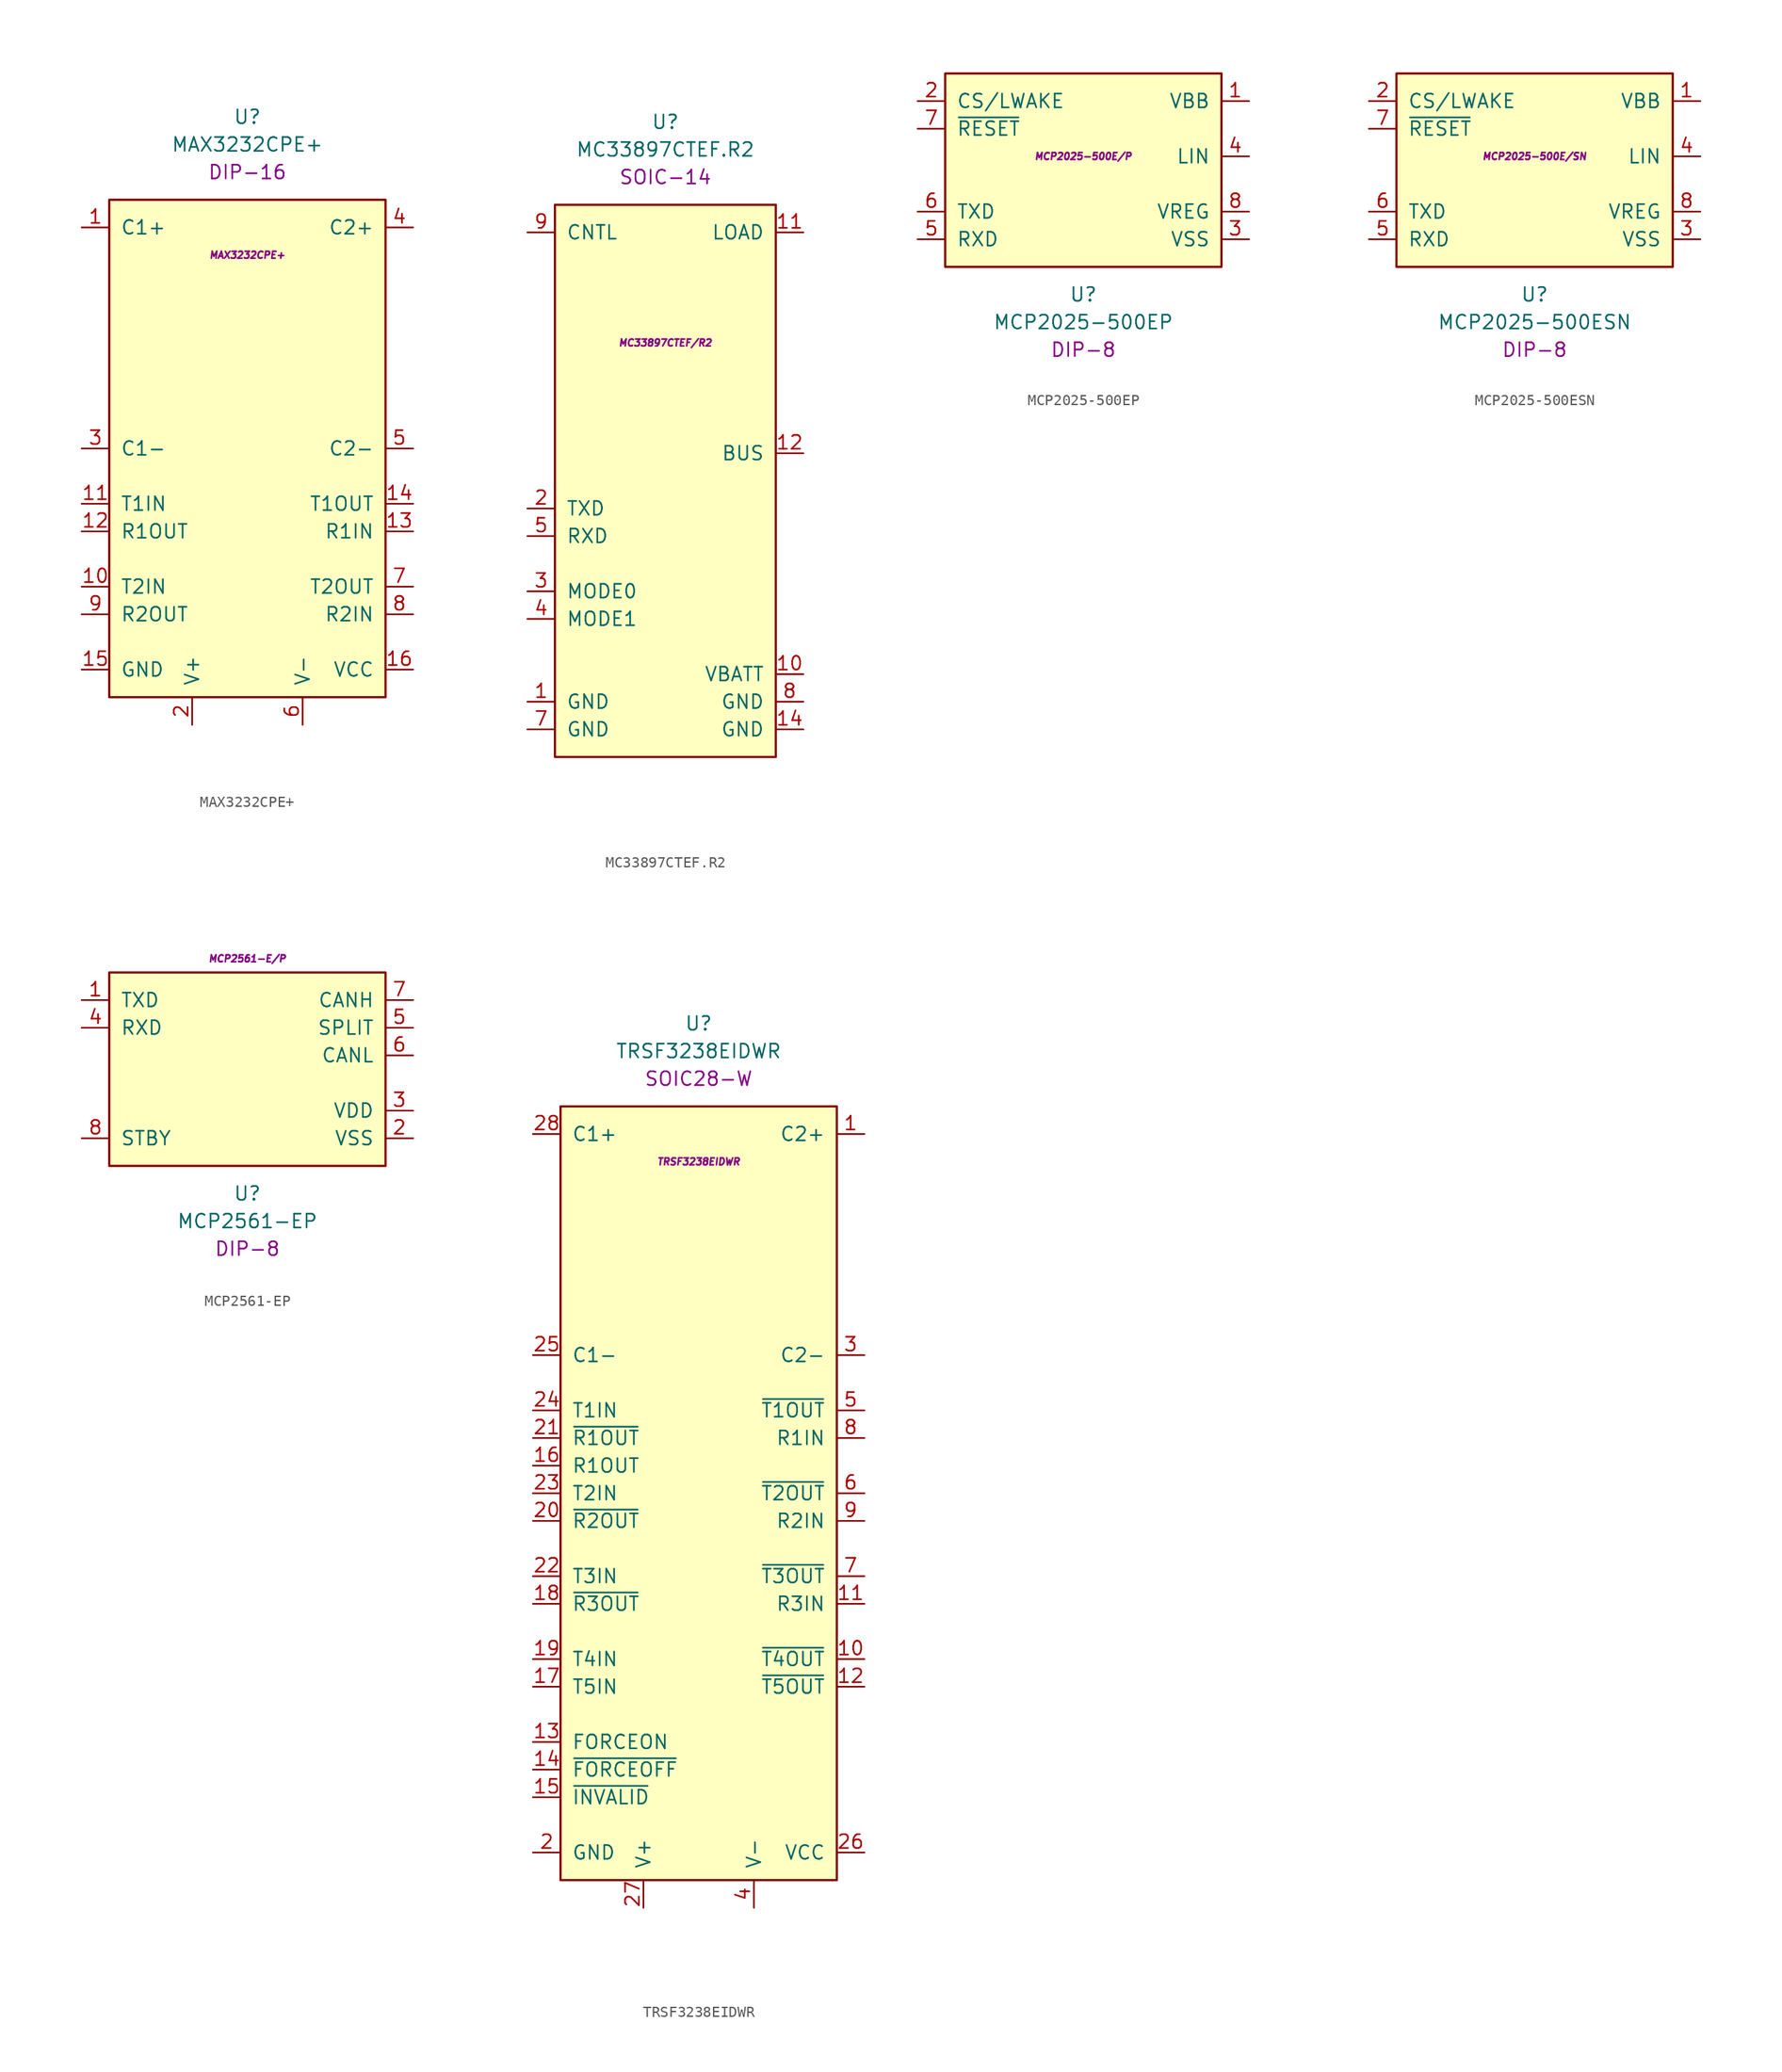
<source format=kicad_sym>
(kicad_symbol_lib
  (version 20211014)
  (generator kicad_symbol_editor)
  (symbol "MAX3232CPE+"
    (pin_names
      (offset 1.016))
    (property "Reference" "U"
      (at 0 30.48 0)
      (effects (font (size 1.27 1.27))))
    (property "Value" "MAX3232CPE+"
      (at 0 27.94 0)
      (effects (font (size 1.27 1.27))))
    (property "Package" "DIP-16"
      (at 0 25.4 0)
      (effects (font (size 1.27 1.27))))
    (property "MPN" "MAX3232CPE+"
      (at 0 17.78 0)
      (effects (font (size 0.635 0.635) italic)))
    (symbol "MAX3232CPE+_0_1"
      (rectangle (start -12.7 22.86) (end 12.7 -22.86) (stroke (width 0.203) (type default) (color 0 0 0 0)) (fill (type background))))
    (symbol "MAX3232CPE+_1_1"
      (pin passive line (at -15.24 20.32 0) (length 2.54) (name "C1+" (effects (font (size 1.27 1.27)))) (number "1" (effects (font (size 1.27 1.27)))))
      (pin input line (at -15.24 -12.7 0) (length 2.54) (name "T2IN" (effects (font (size 1.27 1.27)))) (number "10" (effects (font (size 1.27 1.27)))))
      (pin input line (at -15.24 -5.08 0) (length 2.54) (name "T1IN" (effects (font (size 1.27 1.27)))) (number "11" (effects (font (size 1.27 1.27)))))
      (pin output line (at -15.24 -7.62 0) (length 2.54) (name "R1OUT" (effects (font (size 1.27 1.27)))) (number "12" (effects (font (size 1.27 1.27)))))
      (pin input line (at 15.24 -7.62 180) (length 2.54) (name "R1IN" (effects (font (size 1.27 1.27)))) (number "13" (effects (font (size 1.27 1.27)))))
      (pin output line (at 15.24 -5.08 180) (length 2.54) (name "T1OUT" (effects (font (size 1.27 1.27)))) (number "14" (effects (font (size 1.27 1.27)))))
      (pin power_in line (at -15.24 -20.32 0) (length 2.54) (name "GND" (effects (font (size 1.27 1.27)))) (number "15" (effects (font (size 1.27 1.27)))))
      (pin power_in line (at 15.24 -20.32 180) (length 2.54) (name "VCC" (effects (font (size 1.27 1.27)))) (number "16" (effects (font (size 1.27 1.27)))))
      (pin passive line (at -5.08 -25.4 90) (length 2.54) (name "V+" (effects (font (size 1.27 1.27)))) (number "2" (effects (font (size 1.27 1.27)))))
      (pin passive line (at -15.24 0 0) (length 2.54) (name "C1-" (effects (font (size 1.27 1.27)))) (number "3" (effects (font (size 1.27 1.27)))))
      (pin passive line (at 15.24 20.32 180) (length 2.54) (name "C2+" (effects (font (size 1.27 1.27)))) (number "4" (effects (font (size 1.27 1.27)))))
      (pin passive line (at 15.24 0 180) (length 2.54) (name "C2-" (effects (font (size 1.27 1.27)))) (number "5" (effects (font (size 1.27 1.27)))))
      (pin passive line (at 5.08 -25.4 90) (length 2.54) (name "V-" (effects (font (size 1.27 1.27)))) (number "6" (effects (font (size 1.27 1.27)))))
      (pin output line (at 15.24 -12.7 180) (length 2.54) (name "T2OUT" (effects (font (size 1.27 1.27)))) (number "7" (effects (font (size 1.27 1.27)))))
      (pin input line (at 15.24 -15.24 180) (length 2.54) (name "R2IN" (effects (font (size 1.27 1.27)))) (number "8" (effects (font (size 1.27 1.27)))))
      (pin output line (at -15.24 -15.24 0) (length 2.54) (name "R2OUT" (effects (font (size 1.27 1.27)))) (number "9" (effects (font (size 1.27 1.27)))))))
  (symbol "MC33897CTEF.R2"
    (pin_names
      (offset 1.016))
    (property "Reference" "U"
      (at 0 33.02 0)
      (effects (font (size 1.27 1.27))))
    (property "Value" "MC33897CTEF.R2"
      (at 0 30.48 0)
      (effects (font (size 1.27 1.27))))
    (property "Package" "SOIC-14"
      (at 0 27.94 0)
      (effects (font (size 1.27 1.27))))
    (property "MPN" "MC33897CTEF/R2"
      (at 0 12.7 0)
      (effects (font (size 0.635 0.635) italic)))
    (symbol "MC33897CTEF.R2_0_1"
      (rectangle (start -10.16 25.4) (end 10.16 -25.4) (stroke (width 0.203) (type default) (color 0 0 0 0)) (fill (type background))))
    (symbol "MC33897CTEF.R2_1_1"
      (pin power_in line (at -12.7 -20.32 0) (length 2.54) (name "GND" (effects (font (size 1.27 1.27)))) (number "1" (effects (font (size 1.27 1.27)))))
      (pin power_in line (at 12.7 -17.78 180) (length 2.54) (name "VBATT" (effects (font (size 1.27 1.27)))) (number "10" (effects (font (size 1.27 1.27)))))
      (pin passive line (at 12.7 22.86 180) (length 2.54) (name "LOAD" (effects (font (size 1.27 1.27)))) (number "11" (effects (font (size 1.27 1.27)))))
      (pin passive line (at 12.7 2.54 180) (length 2.54) (name "BUS" (effects (font (size 1.27 1.27)))) (number "12" (effects (font (size 1.27 1.27)))))
      (pin no_connect line (at 2.54 -27.94 90) (length 2.54) hide (name "NC" (effects (font (size 1.27 1.27)))) (number "13" (effects (font (size 1.27 1.27)))))
      (pin power_in line (at 12.7 -22.86 180) (length 2.54) (name "GND" (effects (font (size 1.27 1.27)))) (number "14" (effects (font (size 1.27 1.27)))))
      (pin input line (at -12.7 -2.54 0) (length 2.54) (name "TXD" (effects (font (size 1.27 1.27)))) (number "2" (effects (font (size 1.27 1.27)))))
      (pin input line (at -12.7 -10.16 0) (length 2.54) (name "MODE0" (effects (font (size 1.27 1.27)))) (number "3" (effects (font (size 1.27 1.27)))))
      (pin input line (at -12.7 -12.7 0) (length 2.54) (name "MODE1" (effects (font (size 1.27 1.27)))) (number "4" (effects (font (size 1.27 1.27)))))
      (pin open_collector line (at -12.7 -5.08 0) (length 2.54) (name "RXD" (effects (font (size 1.27 1.27)))) (number "5" (effects (font (size 1.27 1.27)))))
      (pin no_connect line (at -2.54 -27.94 90) (length 2.54) hide (name "NC" (effects (font (size 1.27 1.27)))) (number "6" (effects (font (size 1.27 1.27)))))
      (pin power_in line (at -12.7 -22.86 0) (length 2.54) (name "GND" (effects (font (size 1.27 1.27)))) (number "7" (effects (font (size 1.27 1.27)))))
      (pin power_in line (at 12.7 -20.32 180) (length 2.54) (name "GND" (effects (font (size 1.27 1.27)))) (number "8" (effects (font (size 1.27 1.27)))))
      (pin output line (at -12.7 22.86 0) (length 2.54) (name "CNTL" (effects (font (size 1.27 1.27)))) (number "9" (effects (font (size 1.27 1.27)))))))
  (symbol "MCP2025-500EP"
    (pin_names
      (offset 1.016))
    (property "Reference" "U"
      (at 0 -10.16 0)
      (effects (font (size 1.27 1.27))))
    (property "Value" "MCP2025-500EP"
      (at 0 -12.7 0)
      (effects (font (size 1.27 1.27))))
    (property "Package" "DIP-8"
      (at 0 -15.24 0)
      (effects (font (size 1.27 1.27))))
    (property "MPN" "MCP2025-500E/P"
      (at 0 2.54 0)
      (effects (font (size 0.635 0.635) italic)))
    (symbol "MCP2025-500EP_0_1"
      (rectangle (start -12.7 10.16) (end 12.7 -7.62) (stroke (width 0.203) (type default) (color 0 0 0 0)) (fill (type background))))
    (symbol "MCP2025-500EP_1_1"
      (pin power_in line (at 15.24 7.62 180) (length 2.54) (name "VBB" (effects (font (size 1.27 1.27)))) (number "1" (effects (font (size 1.27 1.27)))))
      (pin input line (at -15.24 7.62 0) (length 2.54) (name "CS/LWAKE" (effects (font (size 1.27 1.27)))) (number "2" (effects (font (size 1.27 1.27)))))
      (pin power_in line (at 15.24 -5.08 180) (length 2.54) (name "VSS" (effects (font (size 1.27 1.27)))) (number "3" (effects (font (size 1.27 1.27)))))
      (pin passive line (at 15.24 2.54 180) (length 2.54) (name "LIN" (effects (font (size 1.27 1.27)))) (number "4" (effects (font (size 1.27 1.27)))))
      (pin output line (at -15.24 -5.08 0) (length 2.54) (name "RXD" (effects (font (size 1.27 1.27)))) (number "5" (effects (font (size 1.27 1.27)))))
      (pin input line (at -15.24 -2.54 0) (length 2.54) (name "TXD" (effects (font (size 1.27 1.27)))) (number "6" (effects (font (size 1.27 1.27)))))
      (pin open_collector line (at -15.24 5.08 0) (length 2.54) (name "~{RESET}" (effects (font (size 1.27 1.27)))) (number "7" (effects (font (size 1.27 1.27)))))
      (pin power_out line (at 15.24 -2.54 180) (length 2.54) (name "VREG" (effects (font (size 1.27 1.27)))) (number "8" (effects (font (size 1.27 1.27)))))))
  (symbol "MCP2025-500ESN"
    (pin_names
      (offset 1.016))
    (property "Reference" "U"
      (at 0 -10.16 0)
      (effects (font (size 1.27 1.27))))
    (property "Value" "MCP2025-500ESN"
      (at 0 -12.7 0)
      (effects (font (size 1.27 1.27))))
    (property "Package" "DIP-8"
      (at 0 -15.24 0)
      (effects (font (size 1.27 1.27))))
    (property "MPN" "MCP2025-500E/SN"
      (at 0 2.54 0)
      (effects (font (size 0.635 0.635) italic)))
    (symbol "MCP2025-500ESN_0_1"
      (rectangle (start -12.7 10.16) (end 12.7 -7.62) (stroke (width 0.203) (type default) (color 0 0 0 0)) (fill (type background))))
    (symbol "MCP2025-500ESN_1_1"
      (pin power_in line (at 15.24 7.62 180) (length 2.54) (name "VBB" (effects (font (size 1.27 1.27)))) (number "1" (effects (font (size 1.27 1.27)))))
      (pin input line (at -15.24 7.62 0) (length 2.54) (name "CS/LWAKE" (effects (font (size 1.27 1.27)))) (number "2" (effects (font (size 1.27 1.27)))))
      (pin power_in line (at 15.24 -5.08 180) (length 2.54) (name "VSS" (effects (font (size 1.27 1.27)))) (number "3" (effects (font (size 1.27 1.27)))))
      (pin passive line (at 15.24 2.54 180) (length 2.54) (name "LIN" (effects (font (size 1.27 1.27)))) (number "4" (effects (font (size 1.27 1.27)))))
      (pin output line (at -15.24 -5.08 0) (length 2.54) (name "RXD" (effects (font (size 1.27 1.27)))) (number "5" (effects (font (size 1.27 1.27)))))
      (pin input line (at -15.24 -2.54 0) (length 2.54) (name "TXD" (effects (font (size 1.27 1.27)))) (number "6" (effects (font (size 1.27 1.27)))))
      (pin open_collector line (at -15.24 5.08 0) (length 2.54) (name "~{RESET}" (effects (font (size 1.27 1.27)))) (number "7" (effects (font (size 1.27 1.27)))))
      (pin power_out line (at 15.24 -2.54 180) (length 2.54) (name "VREG" (effects (font (size 1.27 1.27)))) (number "8" (effects (font (size 1.27 1.27)))))))
  (symbol "MCP2561-EP"
    (pin_names
      (offset 1.016))
    (property "Reference" "U"
      (at 0 -10.16 0)
      (effects (font (size 1.27 1.27))))
    (property "Value" "MCP2561-EP"
      (at 0 -12.7 0)
      (effects (font (size 1.27 1.27))))
    (property "Package" "DIP-8"
      (at 0 -15.24 0)
      (effects (font (size 1.27 1.27))))
    (property "MPN" "MCP2561-E/P"
      (at 0 11.43 0)
      (effects (font (size 0.635 0.635) italic)))
    (symbol "MCP2561-EP_0_1"
      (rectangle (start -12.7 10.16) (end 12.7 -7.62) (stroke (width 0.203) (type default) (color 0 0 0 0)) (fill (type background))))
    (symbol "MCP2561-EP_1_1"
      (pin input line (at -15.24 7.62 0) (length 2.54) (name "TXD" (effects (font (size 1.27 1.27)))) (number "1" (effects (font (size 1.27 1.27)))))
      (pin power_in line (at 15.24 -5.08 180) (length 2.54) (name "VSS" (effects (font (size 1.27 1.27)))) (number "2" (effects (font (size 1.27 1.27)))))
      (pin power_in line (at 15.24 -2.54 180) (length 2.54) (name "VDD" (effects (font (size 1.27 1.27)))) (number "3" (effects (font (size 1.27 1.27)))))
      (pin output line (at -15.24 5.08 0) (length 2.54) (name "RXD" (effects (font (size 1.27 1.27)))) (number "4" (effects (font (size 1.27 1.27)))))
      (pin passive line (at 15.24 5.08 180) (length 2.54) (name "SPLIT" (effects (font (size 1.27 1.27)))) (number "5" (effects (font (size 1.27 1.27)))))
      (pin open_collector line (at 15.24 2.54 180) (length 2.54) (name "CANL" (effects (font (size 1.27 1.27)))) (number "6" (effects (font (size 1.27 1.27)))))
      (pin open_emitter line (at 15.24 7.62 180) (length 2.54) (name "CANH" (effects (font (size 1.27 1.27)))) (number "7" (effects (font (size 1.27 1.27)))))
      (pin input line (at -15.24 -5.08 0) (length 2.54) (name "STBY" (effects (font (size 1.27 1.27)))) (number "8" (effects (font (size 1.27 1.27)))))))
  (symbol "TRSF3238EIDWR"
    (pin_names
      (offset 1.016))
    (property "Reference" "U"
      (at 0 43.18 0)
      (effects (font (size 1.27 1.27))))
    (property "Value" "TRSF3238EIDWR"
      (at 0 40.64 0)
      (effects (font (size 1.27 1.27))))
    (property "Package" "SOIC28-W"
      (at 0 38.1 0)
      (effects (font (size 1.27 1.27))))
    (property "MPN" "TRSF3238EIDWR"
      (at 0 30.48 0)
      (effects (font (size 0.635 0.635) italic)))
    (symbol "TRSF3238EIDWR_0_1"
      (rectangle (start -12.7 35.56) (end 12.7 -35.56) (stroke (width 0.203) (type default) (color 0 0 0 0)) (fill (type background))))
    (symbol "TRSF3238EIDWR_1_1"
      (pin passive line (at 15.24 33.02 180) (length 2.54) (name "C2+" (effects (font (size 1.27 1.27)))) (number "1" (effects (font (size 1.27 1.27)))))
      (pin output line (at 15.24 -15.24 180) (length 2.54) (name "~{T4OUT}" (effects (font (size 1.27 1.27)))) (number "10" (effects (font (size 1.27 1.27)))))
      (pin input line (at 15.24 -10.16 180) (length 2.54) (name "R3IN" (effects (font (size 1.27 1.27)))) (number "11" (effects (font (size 1.27 1.27)))))
      (pin output line (at 15.24 -17.78 180) (length 2.54) (name "~{T5OUT}" (effects (font (size 1.27 1.27)))) (number "12" (effects (font (size 1.27 1.27)))))
      (pin input line (at -15.24 -22.86 0) (length 2.54) (name "FORCEON" (effects (font (size 1.27 1.27)))) (number "13" (effects (font (size 1.27 1.27)))))
      (pin input line (at -15.24 -25.4 0) (length 2.54) (name "~{FORCEOFF}" (effects (font (size 1.27 1.27)))) (number "14" (effects (font (size 1.27 1.27)))))
      (pin output line (at -15.24 -27.94 0) (length 2.54) (name "~{INVALID}" (effects (font (size 1.27 1.27)))) (number "15" (effects (font (size 1.27 1.27)))))
      (pin output line (at -15.24 2.54 0) (length 2.54) (name "R1OUT" (effects (font (size 1.27 1.27)))) (number "16" (effects (font (size 1.27 1.27)))))
      (pin input line (at -15.24 -17.78 0) (length 2.54) (name "T5IN" (effects (font (size 1.27 1.27)))) (number "17" (effects (font (size 1.27 1.27)))))
      (pin output line (at -15.24 -10.16 0) (length 2.54) (name "~{R3OUT}" (effects (font (size 1.27 1.27)))) (number "18" (effects (font (size 1.27 1.27)))))
      (pin input line (at -15.24 -15.24 0) (length 2.54) (name "T4IN" (effects (font (size 1.27 1.27)))) (number "19" (effects (font (size 1.27 1.27)))))
      (pin power_in line (at -15.24 -33.02 0) (length 2.54) (name "GND" (effects (font (size 1.27 1.27)))) (number "2" (effects (font (size 1.27 1.27)))))
      (pin output line (at -15.24 -2.54 0) (length 2.54) (name "~{R2OUT}" (effects (font (size 1.27 1.27)))) (number "20" (effects (font (size 1.27 1.27)))))
      (pin output line (at -15.24 5.08 0) (length 2.54) (name "~{R1OUT}" (effects (font (size 1.27 1.27)))) (number "21" (effects (font (size 1.27 1.27)))))
      (pin input line (at -15.24 -7.62 0) (length 2.54) (name "T3IN" (effects (font (size 1.27 1.27)))) (number "22" (effects (font (size 1.27 1.27)))))
      (pin input line (at -15.24 0 0) (length 2.54) (name "T2IN" (effects (font (size 1.27 1.27)))) (number "23" (effects (font (size 1.27 1.27)))))
      (pin input line (at -15.24 7.62 0) (length 2.54) (name "T1IN" (effects (font (size 1.27 1.27)))) (number "24" (effects (font (size 1.27 1.27)))))
      (pin passive line (at -15.24 12.7 0) (length 2.54) (name "C1-" (effects (font (size 1.27 1.27)))) (number "25" (effects (font (size 1.27 1.27)))))
      (pin power_in line (at 15.24 -33.02 180) (length 2.54) (name "VCC" (effects (font (size 1.27 1.27)))) (number "26" (effects (font (size 1.27 1.27)))))
      (pin passive line (at -5.08 -38.1 90) (length 2.54) (name "V+" (effects (font (size 1.27 1.27)))) (number "27" (effects (font (size 1.27 1.27)))))
      (pin passive line (at -15.24 33.02 0) (length 2.54) (name "C1+" (effects (font (size 1.27 1.27)))) (number "28" (effects (font (size 1.27 1.27)))))
      (pin passive line (at 15.24 12.7 180) (length 2.54) (name "C2-" (effects (font (size 1.27 1.27)))) (number "3" (effects (font (size 1.27 1.27)))))
      (pin passive line (at 5.08 -38.1 90) (length 2.54) (name "V-" (effects (font (size 1.27 1.27)))) (number "4" (effects (font (size 1.27 1.27)))))
      (pin output line (at 15.24 7.62 180) (length 2.54) (name "~{T1OUT}" (effects (font (size 1.27 1.27)))) (number "5" (effects (font (size 1.27 1.27)))))
      (pin output line (at 15.24 0 180) (length 2.54) (name "~{T2OUT}" (effects (font (size 1.27 1.27)))) (number "6" (effects (font (size 1.27 1.27)))))
      (pin output line (at 15.24 -7.62 180) (length 2.54) (name "~{T3OUT}" (effects (font (size 1.27 1.27)))) (number "7" (effects (font (size 1.27 1.27)))))
      (pin input line (at 15.24 5.08 180) (length 2.54) (name "R1IN" (effects (font (size 1.27 1.27)))) (number "8" (effects (font (size 1.27 1.27)))))
      (pin input line (at 15.24 -2.54 180) (length 2.54) (name "R2IN" (effects (font (size 1.27 1.27)))) (number "9" (effects (font (size 1.27 1.27))))))))
</source>
